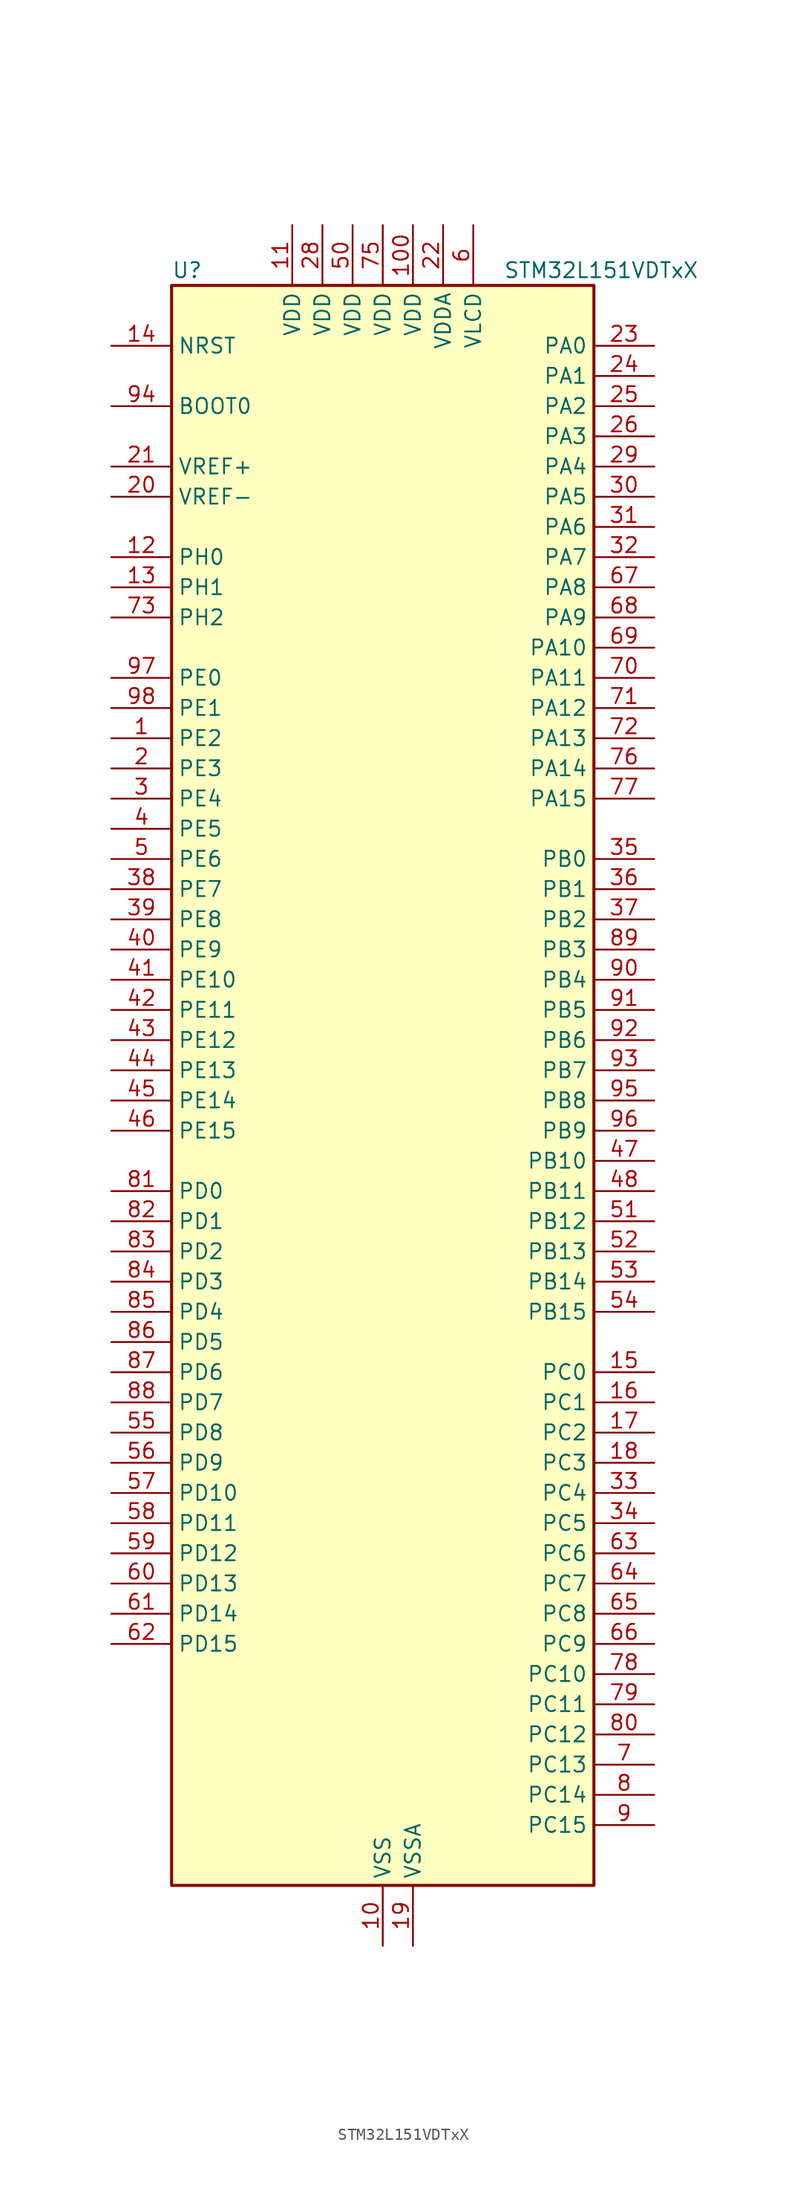
<source format=kicad_sym>
(kicad_symbol_lib
  (version 20241209)
  (generator "kicad_symbol_editor")
  (generator_version "9.0")
  (symbol "STM32L151VDTxX"
    (property "Reference" "U"
      (at -17.78 69.85 0)
      (effects (font (size 1.27 1.27)) (justify left)))
    (property "Value" "STM32L151VDTxX"
      (at 10.16 69.85 0)
      (effects (font (size 1.27 1.27)) (justify left)))
    (symbol "STM32L151VDTxX_0_1"
      (rectangle (start -17.78 -66.04) (end 17.78 68.58) (stroke (width 0.254) (type default)) (fill (type background))))
    (symbol "STM32L151VDTxX_1_1"
      (pin input line (at -22.86 63.5 0) (length 5.08) (name "NRST" (effects (font (size 1.27 1.27)))) (number "14" (effects (font (size 1.27 1.27)))))
      (pin input line (at -22.86 58.42 0) (length 5.08) (name "BOOT0" (effects (font (size 1.27 1.27)))) (number "94" (effects (font (size 1.27 1.27)))))
      (pin input line (at -22.86 53.34 0) (length 5.08) (name "VREF+" (effects (font (size 1.27 1.27)))) (number "21" (effects (font (size 1.27 1.27)))))
      (pin input line (at -22.86 50.8 0) (length 5.08) (name "VREF-" (effects (font (size 1.27 1.27)))) (number "20" (effects (font (size 1.27 1.27)))))
      (pin bidirectional line (at -22.86 45.72 0) (length 5.08) (name "PH0" (effects (font (size 1.27 1.27)))) (number "12" (effects (font (size 1.27 1.27)))) (alternate "RCC_OSC_IN" bidirectional line))
      (pin bidirectional line (at -22.86 43.18 0) (length 5.08) (name "PH1" (effects (font (size 1.27 1.27)))) (number "13" (effects (font (size 1.27 1.27)))) (alternate "RCC_OSC_OUT" bidirectional line))
      (pin bidirectional line (at -22.86 40.64 0) (length 5.08) (name "PH2" (effects (font (size 1.27 1.27)))) (number "73" (effects (font (size 1.27 1.27)))))
      (pin bidirectional line (at -22.86 35.56 0) (length 5.08) (name "PE0" (effects (font (size 1.27 1.27)))) (number "97" (effects (font (size 1.27 1.27)))) (alternate "TIM10_CH1" bidirectional line) (alternate "TIM4_ETR" bidirectional line) (alternate "TIMX_IC1" bidirectional line))
      (pin bidirectional line (at -22.86 33.02 0) (length 5.08) (name "PE1" (effects (font (size 1.27 1.27)))) (number "98" (effects (font (size 1.27 1.27)))) (alternate "TIM11_CH1" bidirectional line) (alternate "TIMX_IC2" bidirectional line))
      (pin bidirectional line (at -22.86 30.48 0) (length 5.08) (name "PE2" (effects (font (size 1.27 1.27)))) (number "1" (effects (font (size 1.27 1.27)))) (alternate "SYS_TRACECK" bidirectional line) (alternate "TIM3_ETR" bidirectional line) (alternate "TIMX_IC3" bidirectional line))
      (pin bidirectional line (at -22.86 27.94 0) (length 5.08) (name "PE3" (effects (font (size 1.27 1.27)))) (number "2" (effects (font (size 1.27 1.27)))) (alternate "SYS_TRACED0" bidirectional line) (alternate "TIM3_CH1" bidirectional line) (alternate "TIMX_IC4" bidirectional line))
      (pin bidirectional line (at -22.86 25.4 0) (length 5.08) (name "PE4" (effects (font (size 1.27 1.27)))) (number "3" (effects (font (size 1.27 1.27)))) (alternate "SYS_TRACED1" bidirectional line) (alternate "TIM3_CH2" bidirectional line) (alternate "TIMX_IC1" bidirectional line))
      (pin bidirectional line (at -22.86 22.86 0) (length 5.08) (name "PE5" (effects (font (size 1.27 1.27)))) (number "4" (effects (font (size 1.27 1.27)))) (alternate "SYS_TRACED2" bidirectional line) (alternate "TIM9_CH1" bidirectional line) (alternate "TIMX_IC2" bidirectional line))
      (pin bidirectional line (at -22.86 20.32 0) (length 5.08) (name "PE6" (effects (font (size 1.27 1.27)))) (number "5" (effects (font (size 1.27 1.27)))) (alternate "RTC_TAMP3" bidirectional line) (alternate "SYS_TRACED3" bidirectional line) (alternate "SYS_WKUP3" bidirectional line) (alternate "TIM9_CH2" bidirectional line) (alternate "TIMX_IC3" bidirectional line))
      (pin bidirectional line (at -22.86 17.78 0) (length 5.08) (name "PE7" (effects (font (size 1.27 1.27)))) (number "38" (effects (font (size 1.27 1.27)))) (alternate "ADC_IN22" bidirectional line) (alternate "COMP1_INP" bidirectional line) (alternate "TIMX_IC4" bidirectional line))
      (pin bidirectional line (at -22.86 15.24 0) (length 5.08) (name "PE8" (effects (font (size 1.27 1.27)))) (number "39" (effects (font (size 1.27 1.27)))) (alternate "ADC_IN23" bidirectional line) (alternate "COMP1_INP" bidirectional line) (alternate "TIMX_IC1" bidirectional line))
      (pin bidirectional line (at -22.86 12.7 0) (length 5.08) (name "PE9" (effects (font (size 1.27 1.27)))) (number "40" (effects (font (size 1.27 1.27)))) (alternate "ADC_IN24" bidirectional line) (alternate "COMP1_INP" bidirectional line) (alternate "DAC_EXTI9" bidirectional line) (alternate "TIM2_CH1" bidirectional line) (alternate "TIM2_ETR" bidirectional line) (alternate "TIMX_IC2" bidirectional line))
      (pin bidirectional line (at -22.86 10.16 0) (length 5.08) (name "PE10" (effects (font (size 1.27 1.27)))) (number "41" (effects (font (size 1.27 1.27)))) (alternate "ADC_IN25" bidirectional line) (alternate "COMP1_INP" bidirectional line) (alternate "TIM2_CH2" bidirectional line) (alternate "TIMX_IC3" bidirectional line))
      (pin bidirectional line (at -22.86 7.62 0) (length 5.08) (name "PE11" (effects (font (size 1.27 1.27)))) (number "42" (effects (font (size 1.27 1.27)))) (alternate "ADC_EXTI11" bidirectional line) (alternate "TIM2_CH3" bidirectional line) (alternate "TIMX_IC4" bidirectional line))
      (pin bidirectional line (at -22.86 5.08 0) (length 5.08) (name "PE12" (effects (font (size 1.27 1.27)))) (number "43" (effects (font (size 1.27 1.27)))) (alternate "SPI1_NSS" bidirectional line) (alternate "TIM2_CH4" bidirectional line) (alternate "TIMX_IC1" bidirectional line))
      (pin bidirectional line (at -22.86 2.54 0) (length 5.08) (name "PE13" (effects (font (size 1.27 1.27)))) (number "44" (effects (font (size 1.27 1.27)))) (alternate "SPI1_SCK" bidirectional line) (alternate "TIMX_IC2" bidirectional line))
      (pin bidirectional line (at -22.86 0 0) (length 5.08) (name "PE14" (effects (font (size 1.27 1.27)))) (number "45" (effects (font (size 1.27 1.27)))) (alternate "SPI1_MISO" bidirectional line) (alternate "TIMX_IC3" bidirectional line))
      (pin bidirectional line (at -22.86 -2.54 0) (length 5.08) (name "PE15" (effects (font (size 1.27 1.27)))) (number "46" (effects (font (size 1.27 1.27)))) (alternate "ADC_EXTI15" bidirectional line) (alternate "SPI1_MOSI" bidirectional line) (alternate "TIMX_IC4" bidirectional line))
      (pin bidirectional line (at -22.86 -7.62 0) (length 5.08) (name "PD0" (effects (font (size 1.27 1.27)))) (number "81" (effects (font (size 1.27 1.27)))) (alternate "I2S2_WS" bidirectional line) (alternate "SPI2_NSS" bidirectional line) (alternate "TIM9_CH1" bidirectional line) (alternate "TIMX_IC1" bidirectional line))
      (pin bidirectional line (at -22.86 -10.16 0) (length 5.08) (name "PD1" (effects (font (size 1.27 1.27)))) (number "82" (effects (font (size 1.27 1.27)))) (alternate "I2S2_CK" bidirectional line) (alternate "SPI2_SCK" bidirectional line) (alternate "TIMX_IC2" bidirectional line))
      (pin bidirectional line (at -22.86 -12.7 0) (length 5.08) (name "PD2" (effects (font (size 1.27 1.27)))) (number "83" (effects (font (size 1.27 1.27)))) (alternate "TIM3_ETR" bidirectional line) (alternate "TIMX_IC3" bidirectional line) (alternate "UART5_RX" bidirectional line))
      (pin bidirectional line (at -22.86 -15.24 0) (length 5.08) (name "PD3" (effects (font (size 1.27 1.27)))) (number "84" (effects (font (size 1.27 1.27)))) (alternate "SPI2_MISO" bidirectional line) (alternate "TIMX_IC4" bidirectional line) (alternate "USART2_CTS" bidirectional line))
      (pin bidirectional line (at -22.86 -17.78 0) (length 5.08) (name "PD4" (effects (font (size 1.27 1.27)))) (number "85" (effects (font (size 1.27 1.27)))) (alternate "I2S2_SD" bidirectional line) (alternate "SPI2_MOSI" bidirectional line) (alternate "TIMX_IC1" bidirectional line) (alternate "USART2_RTS" bidirectional line))
      (pin bidirectional line (at -22.86 -20.32 0) (length 5.08) (name "PD5" (effects (font (size 1.27 1.27)))) (number "86" (effects (font (size 1.27 1.27)))) (alternate "TIMX_IC2" bidirectional line) (alternate "USART2_TX" bidirectional line))
      (pin bidirectional line (at -22.86 -22.86 0) (length 5.08) (name "PD6" (effects (font (size 1.27 1.27)))) (number "87" (effects (font (size 1.27 1.27)))) (alternate "TIMX_IC3" bidirectional line) (alternate "USART2_RX" bidirectional line))
      (pin bidirectional line (at -22.86 -25.4 0) (length 5.08) (name "PD7" (effects (font (size 1.27 1.27)))) (number "88" (effects (font (size 1.27 1.27)))) (alternate "TIM9_CH2" bidirectional line) (alternate "TIMX_IC4" bidirectional line) (alternate "USART2_CK" bidirectional line))
      (pin bidirectional line (at -22.86 -27.94 0) (length 5.08) (name "PD8" (effects (font (size 1.27 1.27)))) (number "55" (effects (font (size 1.27 1.27)))) (alternate "TIMX_IC1" bidirectional line) (alternate "USART3_TX" bidirectional line))
      (pin bidirectional line (at -22.86 -30.48 0) (length 5.08) (name "PD9" (effects (font (size 1.27 1.27)))) (number "56" (effects (font (size 1.27 1.27)))) (alternate "DAC_EXTI9" bidirectional line) (alternate "TIMX_IC2" bidirectional line) (alternate "USART3_RX" bidirectional line))
      (pin bidirectional line (at -22.86 -33.02 0) (length 5.08) (name "PD10" (effects (font (size 1.27 1.27)))) (number "57" (effects (font (size 1.27 1.27)))) (alternate "TIMX_IC3" bidirectional line) (alternate "USART3_CK" bidirectional line))
      (pin bidirectional line (at -22.86 -35.56 0) (length 5.08) (name "PD11" (effects (font (size 1.27 1.27)))) (number "58" (effects (font (size 1.27 1.27)))) (alternate "ADC_EXTI11" bidirectional line) (alternate "TIMX_IC4" bidirectional line) (alternate "USART3_CTS" bidirectional line))
      (pin bidirectional line (at -22.86 -38.1 0) (length 5.08) (name "PD12" (effects (font (size 1.27 1.27)))) (number "59" (effects (font (size 1.27 1.27)))) (alternate "TIM4_CH1" bidirectional line) (alternate "TIMX_IC1" bidirectional line) (alternate "USART3_RTS" bidirectional line))
      (pin bidirectional line (at -22.86 -40.64 0) (length 5.08) (name "PD13" (effects (font (size 1.27 1.27)))) (number "60" (effects (font (size 1.27 1.27)))) (alternate "TIM4_CH2" bidirectional line) (alternate "TIMX_IC2" bidirectional line))
      (pin bidirectional line (at -22.86 -43.18 0) (length 5.08) (name "PD14" (effects (font (size 1.27 1.27)))) (number "61" (effects (font (size 1.27 1.27)))) (alternate "TIM4_CH3" bidirectional line) (alternate "TIMX_IC3" bidirectional line))
      (pin bidirectional line (at -22.86 -45.72 0) (length 5.08) (name "PD15" (effects (font (size 1.27 1.27)))) (number "62" (effects (font (size 1.27 1.27)))) (alternate "ADC_EXTI15" bidirectional line) (alternate "TIM4_CH4" bidirectional line) (alternate "TIMX_IC4" bidirectional line))
      (pin power_in line (at -7.62 73.66 270) (length 5.08) (name "VDD" (effects (font (size 1.27 1.27)))) (number "11" (effects (font (size 1.27 1.27)))))
      (pin power_in line (at -5.08 73.66 270) (length 5.08) (name "VDD" (effects (font (size 1.27 1.27)))) (number "28" (effects (font (size 1.27 1.27)))))
      (pin power_in line (at -2.54 73.66 270) (length 5.08) (name "VDD" (effects (font (size 1.27 1.27)))) (number "50" (effects (font (size 1.27 1.27)))))
      (pin power_in line (at 0 73.66 270) (length 5.08) (name "VDD" (effects (font (size 1.27 1.27)))) (number "75" (effects (font (size 1.27 1.27)))))
      (pin power_in line (at 0 -71.12 90) (length 5.08) (name "VSS" (effects (font (size 1.27 1.27)))) (number "10" (effects (font (size 1.27 1.27)))))
      (pin passive line (at 0 -71.12 90) (length 5.08) (hide yes) (name "VSS" (effects (font (size 1.27 1.27)))) (number "27" (effects (font (size 1.27 1.27)))))
      (pin passive line (at 0 -71.12 90) (length 5.08) (hide yes) (name "VSS" (effects (font (size 1.27 1.27)))) (number "49" (effects (font (size 1.27 1.27)))))
      (pin passive line (at 0 -71.12 90) (length 5.08) (hide yes) (name "VSS" (effects (font (size 1.27 1.27)))) (number "74" (effects (font (size 1.27 1.27)))))
      (pin passive line (at 0 -71.12 90) (length 5.08) (hide yes) (name "VSS" (effects (font (size 1.27 1.27)))) (number "99" (effects (font (size 1.27 1.27)))))
      (pin power_in line (at 2.54 73.66 270) (length 5.08) (name "VDD" (effects (font (size 1.27 1.27)))) (number "100" (effects (font (size 1.27 1.27)))))
      (pin power_in line (at 2.54 -71.12 90) (length 5.08) (name "VSSA" (effects (font (size 1.27 1.27)))) (number "19" (effects (font (size 1.27 1.27)))))
      (pin power_in line (at 5.08 73.66 270) (length 5.08) (name "VDDA" (effects (font (size 1.27 1.27)))) (number "22" (effects (font (size 1.27 1.27)))))
      (pin power_in line (at 7.62 73.66 270) (length 5.08) (name "VLCD" (effects (font (size 1.27 1.27)))) (number "6" (effects (font (size 1.27 1.27)))))
      (pin bidirectional line (at 22.86 63.5 180) (length 5.08) (name "PA0" (effects (font (size 1.27 1.27)))) (number "23" (effects (font (size 1.27 1.27)))) (alternate "ADC_IN0" bidirectional line) (alternate "COMP1_INP" bidirectional line) (alternate "RTC_TAMP2" bidirectional line) (alternate "SYS_WKUP1" bidirectional line) (alternate "TIM2_CH1" bidirectional line) (alternate "TIM2_ETR" bidirectional line) (alternate "TIM5_CH1" bidirectional line) (alternate "TIMX_IC1" bidirectional line) (alternate "TS_G1_IO1" bidirectional line) (alternate "USART2_CTS" bidirectional line))
      (pin bidirectional line (at 22.86 60.96 180) (length 5.08) (name "PA1" (effects (font (size 1.27 1.27)))) (number "24" (effects (font (size 1.27 1.27)))) (alternate "ADC_IN1" bidirectional line) (alternate "COMP1_INP" bidirectional line) (alternate "OPAMP1_VINP" bidirectional line) (alternate "TIM2_CH2" bidirectional line) (alternate "TIM5_CH2" bidirectional line) (alternate "TIMX_IC2" bidirectional line) (alternate "TS_G1_IO2" bidirectional line) (alternate "USART2_RTS" bidirectional line))
      (pin bidirectional line (at 22.86 58.42 180) (length 5.08) (name "PA2" (effects (font (size 1.27 1.27)))) (number "25" (effects (font (size 1.27 1.27)))) (alternate "ADC_IN2" bidirectional line) (alternate "COMP1_INP" bidirectional line) (alternate "OPAMP1_VINM" bidirectional line) (alternate "TIM2_CH3" bidirectional line) (alternate "TIM5_CH3" bidirectional line) (alternate "TIM9_CH1" bidirectional line) (alternate "TIMX_IC3" bidirectional line) (alternate "TS_G1_IO3" bidirectional line) (alternate "USART2_TX" bidirectional line))
      (pin bidirectional line (at 22.86 55.88 180) (length 5.08) (name "PA3" (effects (font (size 1.27 1.27)))) (number "26" (effects (font (size 1.27 1.27)))) (alternate "ADC_IN3" bidirectional line) (alternate "COMP1_INP" bidirectional line) (alternate "OPAMP1_VOUT" bidirectional line) (alternate "TIM2_CH4" bidirectional line) (alternate "TIM5_CH4" bidirectional line) (alternate "TIM9_CH2" bidirectional line) (alternate "TIMX_IC4" bidirectional line) (alternate "TS_G1_IO4" bidirectional line) (alternate "USART2_RX" bidirectional line))
      (pin bidirectional line (at 22.86 53.34 180) (length 5.08) (name "PA4" (effects (font (size 1.27 1.27)))) (number "29" (effects (font (size 1.27 1.27)))) (alternate "ADC_IN4" bidirectional line) (alternate "COMP1_INP" bidirectional line) (alternate "DAC_OUT1" bidirectional line) (alternate "I2S3_WS" bidirectional line) (alternate "SPI1_NSS" bidirectional line) (alternate "SPI3_NSS" bidirectional line) (alternate "TIMX_IC1" bidirectional line) (alternate "USART2_CK" bidirectional line))
      (pin bidirectional line (at 22.86 50.8 180) (length 5.08) (name "PA5" (effects (font (size 1.27 1.27)))) (number "30" (effects (font (size 1.27 1.27)))) (alternate "ADC_IN5" bidirectional line) (alternate "COMP1_INP" bidirectional line) (alternate "DAC_OUT2" bidirectional line) (alternate "SPI1_SCK" bidirectional line) (alternate "TIM2_CH1" bidirectional line) (alternate "TIM2_ETR" bidirectional line) (alternate "TIMX_IC2" bidirectional line))
      (pin bidirectional line (at 22.86 48.26 180) (length 5.08) (name "PA6" (effects (font (size 1.27 1.27)))) (number "31" (effects (font (size 1.27 1.27)))) (alternate "ADC_IN6" bidirectional line) (alternate "COMP1_INP" bidirectional line) (alternate "OPAMP2_VINP" bidirectional line) (alternate "SPI1_MISO" bidirectional line) (alternate "TIM10_CH1" bidirectional line) (alternate "TIM3_CH1" bidirectional line) (alternate "TIMX_IC3" bidirectional line) (alternate "TS_G2_IO1" bidirectional line))
      (pin bidirectional line (at 22.86 45.72 180) (length 5.08) (name "PA7" (effects (font (size 1.27 1.27)))) (number "32" (effects (font (size 1.27 1.27)))) (alternate "ADC_IN7" bidirectional line) (alternate "COMP1_INP" bidirectional line) (alternate "OPAMP2_VINM" bidirectional line) (alternate "SPI1_MOSI" bidirectional line) (alternate "TIM11_CH1" bidirectional line) (alternate "TIM3_CH2" bidirectional line) (alternate "TIMX_IC4" bidirectional line) (alternate "TS_G2_IO2" bidirectional line))
      (pin bidirectional line (at 22.86 43.18 180) (length 5.08) (name "PA8" (effects (font (size 1.27 1.27)))) (number "67" (effects (font (size 1.27 1.27)))) (alternate "RCC_MCO" bidirectional line) (alternate "TIMX_IC1" bidirectional line) (alternate "TS_G4_IO1" bidirectional line) (alternate "USART1_CK" bidirectional line))
      (pin bidirectional line (at 22.86 40.64 180) (length 5.08) (name "PA9" (effects (font (size 1.27 1.27)))) (number "68" (effects (font (size 1.27 1.27)))) (alternate "DAC_EXTI9" bidirectional line) (alternate "TIMX_IC2" bidirectional line) (alternate "TS_G4_IO2" bidirectional line) (alternate "USART1_TX" bidirectional line))
      (pin bidirectional line (at 22.86 38.1 180) (length 5.08) (name "PA10" (effects (font (size 1.27 1.27)))) (number "69" (effects (font (size 1.27 1.27)))) (alternate "TIMX_IC3" bidirectional line) (alternate "TS_G4_IO3" bidirectional line) (alternate "USART1_RX" bidirectional line))
      (pin bidirectional line (at 22.86 35.56 180) (length 5.08) (name "PA11" (effects (font (size 1.27 1.27)))) (number "70" (effects (font (size 1.27 1.27)))) (alternate "ADC_EXTI11" bidirectional line) (alternate "SPI1_MISO" bidirectional line) (alternate "TIMX_IC4" bidirectional line) (alternate "USART1_CTS" bidirectional line) (alternate "USB_DM" bidirectional line))
      (pin bidirectional line (at 22.86 33.02 180) (length 5.08) (name "PA12" (effects (font (size 1.27 1.27)))) (number "71" (effects (font (size 1.27 1.27)))) (alternate "SPI1_MOSI" bidirectional line) (alternate "TIMX_IC1" bidirectional line) (alternate "USART1_RTS" bidirectional line) (alternate "USB_DP" bidirectional line))
      (pin bidirectional line (at 22.86 30.48 180) (length 5.08) (name "PA13" (effects (font (size 1.27 1.27)))) (number "72" (effects (font (size 1.27 1.27)))) (alternate "SYS_JTMS-SWDIO" bidirectional line) (alternate "TIMX_IC2" bidirectional line) (alternate "TS_G5_IO1" bidirectional line))
      (pin bidirectional line (at 22.86 27.94 180) (length 5.08) (name "PA14" (effects (font (size 1.27 1.27)))) (number "76" (effects (font (size 1.27 1.27)))) (alternate "SYS_JTCK-SWCLK" bidirectional line) (alternate "TIMX_IC3" bidirectional line) (alternate "TS_G5_IO2" bidirectional line))
      (pin bidirectional line (at 22.86 25.4 180) (length 5.08) (name "PA15" (effects (font (size 1.27 1.27)))) (number "77" (effects (font (size 1.27 1.27)))) (alternate "ADC_EXTI15" bidirectional line) (alternate "I2S3_WS" bidirectional line) (alternate "SPI1_NSS" bidirectional line) (alternate "SPI3_NSS" bidirectional line) (alternate "SYS_JTDI" bidirectional line) (alternate "TIM2_CH1" bidirectional line) (alternate "TIM2_ETR" bidirectional line) (alternate "TIMX_IC4" bidirectional line) (alternate "TS_G5_IO3" bidirectional line))
      (pin bidirectional line (at 22.86 20.32 180) (length 5.08) (name "PB0" (effects (font (size 1.27 1.27)))) (number "35" (effects (font (size 1.27 1.27)))) (alternate "ADC_IN8" bidirectional line) (alternate "COMP1_INP" bidirectional line) (alternate "OPAMP2_VOUT" bidirectional line) (alternate "SYS_V_REF_OUT" bidirectional line) (alternate "TIM3_CH3" bidirectional line) (alternate "TS_G3_IO1" bidirectional line))
      (pin bidirectional line (at 22.86 17.78 180) (length 5.08) (name "PB1" (effects (font (size 1.27 1.27)))) (number "36" (effects (font (size 1.27 1.27)))) (alternate "ADC_IN9" bidirectional line) (alternate "COMP1_INP" bidirectional line) (alternate "SYS_V_REF_OUT" bidirectional line) (alternate "TIM3_CH4" bidirectional line) (alternate "TS_G3_IO2" bidirectional line))
      (pin bidirectional line (at 22.86 15.24 180) (length 5.08) (name "PB2" (effects (font (size 1.27 1.27)))) (number "37" (effects (font (size 1.27 1.27)))) (alternate "ADC_IN0b" bidirectional line) (alternate "TS_G3_IO3" bidirectional line))
      (pin bidirectional line (at 22.86 12.7 180) (length 5.08) (name "PB3" (effects (font (size 1.27 1.27)))) (number "89" (effects (font (size 1.27 1.27)))) (alternate "COMP2_INM" bidirectional line) (alternate "I2S3_CK" bidirectional line) (alternate "SPI1_SCK" bidirectional line) (alternate "SPI3_SCK" bidirectional line) (alternate "SYS_JTDO-TRACESWO" bidirectional line) (alternate "TIM2_CH2" bidirectional line))
      (pin bidirectional line (at 22.86 10.16 180) (length 5.08) (name "PB4" (effects (font (size 1.27 1.27)))) (number "90" (effects (font (size 1.27 1.27)))) (alternate "COMP2_INP" bidirectional line) (alternate "SPI1_MISO" bidirectional line) (alternate "SPI3_MISO" bidirectional line) (alternate "SYS_JTRST" bidirectional line) (alternate "TIM3_CH1" bidirectional line) (alternate "TS_G6_IO1" bidirectional line))
      (pin bidirectional line (at 22.86 7.62 180) (length 5.08) (name "PB5" (effects (font (size 1.27 1.27)))) (number "91" (effects (font (size 1.27 1.27)))) (alternate "COMP2_INP" bidirectional line) (alternate "I2C1_SMBA" bidirectional line) (alternate "I2S3_SD" bidirectional line) (alternate "SPI1_MOSI" bidirectional line) (alternate "SPI3_MOSI" bidirectional line) (alternate "TIM3_CH2" bidirectional line) (alternate "TS_G6_IO2" bidirectional line))
      (pin bidirectional line (at 22.86 5.08 180) (length 5.08) (name "PB6" (effects (font (size 1.27 1.27)))) (number "92" (effects (font (size 1.27 1.27)))) (alternate "COMP2_INP" bidirectional line) (alternate "I2C1_SCL" bidirectional line) (alternate "TIM4_CH1" bidirectional line) (alternate "TS_G6_IO3" bidirectional line) (alternate "USART1_TX" bidirectional line))
      (pin bidirectional line (at 22.86 2.54 180) (length 5.08) (name "PB7" (effects (font (size 1.27 1.27)))) (number "93" (effects (font (size 1.27 1.27)))) (alternate "COMP2_INP" bidirectional line) (alternate "I2C1_SDA" bidirectional line) (alternate "SYS_PVD_IN" bidirectional line) (alternate "TIM4_CH2" bidirectional line) (alternate "TS_G6_IO4" bidirectional line) (alternate "USART1_RX" bidirectional line))
      (pin bidirectional line (at 22.86 0 180) (length 5.08) (name "PB8" (effects (font (size 1.27 1.27)))) (number "95" (effects (font (size 1.27 1.27)))) (alternate "I2C1_SCL" bidirectional line) (alternate "TIM10_CH1" bidirectional line) (alternate "TIM4_CH3" bidirectional line))
      (pin bidirectional line (at 22.86 -2.54 180) (length 5.08) (name "PB9" (effects (font (size 1.27 1.27)))) (number "96" (effects (font (size 1.27 1.27)))) (alternate "DAC_EXTI9" bidirectional line) (alternate "I2C1_SDA" bidirectional line) (alternate "TIM11_CH1" bidirectional line) (alternate "TIM4_CH4" bidirectional line))
      (pin bidirectional line (at 22.86 -5.08 180) (length 5.08) (name "PB10" (effects (font (size 1.27 1.27)))) (number "47" (effects (font (size 1.27 1.27)))) (alternate "I2C2_SCL" bidirectional line) (alternate "TIM2_CH3" bidirectional line) (alternate "USART3_TX" bidirectional line))
      (pin bidirectional line (at 22.86 -7.62 180) (length 5.08) (name "PB11" (effects (font (size 1.27 1.27)))) (number "48" (effects (font (size 1.27 1.27)))) (alternate "ADC_EXTI11" bidirectional line) (alternate "I2C2_SDA" bidirectional line) (alternate "TIM2_CH4" bidirectional line) (alternate "USART3_RX" bidirectional line))
      (pin bidirectional line (at 22.86 -10.16 180) (length 5.08) (name "PB12" (effects (font (size 1.27 1.27)))) (number "51" (effects (font (size 1.27 1.27)))) (alternate "ADC_IN18" bidirectional line) (alternate "COMP1_INP" bidirectional line) (alternate "I2C2_SMBA" bidirectional line) (alternate "I2S2_WS" bidirectional line) (alternate "SPI2_NSS" bidirectional line) (alternate "TIM10_CH1" bidirectional line) (alternate "TS_G7_IO1" bidirectional line) (alternate "USART3_CK" bidirectional line))
      (pin bidirectional line (at 22.86 -12.7 180) (length 5.08) (name "PB13" (effects (font (size 1.27 1.27)))) (number "52" (effects (font (size 1.27 1.27)))) (alternate "ADC_IN19" bidirectional line) (alternate "COMP1_INP" bidirectional line) (alternate "I2S2_CK" bidirectional line) (alternate "SPI2_SCK" bidirectional line) (alternate "TIM9_CH1" bidirectional line) (alternate "TS_G7_IO2" bidirectional line) (alternate "USART3_CTS" bidirectional line))
      (pin bidirectional line (at 22.86 -15.24 180) (length 5.08) (name "PB14" (effects (font (size 1.27 1.27)))) (number "53" (effects (font (size 1.27 1.27)))) (alternate "ADC_IN20" bidirectional line) (alternate "COMP1_INP" bidirectional line) (alternate "SPI2_MISO" bidirectional line) (alternate "TIM9_CH2" bidirectional line) (alternate "TS_G7_IO3" bidirectional line) (alternate "USART3_RTS" bidirectional line))
      (pin bidirectional line (at 22.86 -17.78 180) (length 5.08) (name "PB15" (effects (font (size 1.27 1.27)))) (number "54" (effects (font (size 1.27 1.27)))) (alternate "ADC_EXTI15" bidirectional line) (alternate "ADC_IN21" bidirectional line) (alternate "COMP1_INP" bidirectional line) (alternate "I2S2_SD" bidirectional line) (alternate "RTC_REFIN" bidirectional line) (alternate "SPI2_MOSI" bidirectional line) (alternate "TIM11_CH1" bidirectional line) (alternate "TS_G7_IO4" bidirectional line))
      (pin bidirectional line (at 22.86 -22.86 180) (length 5.08) (name "PC0" (effects (font (size 1.27 1.27)))) (number "15" (effects (font (size 1.27 1.27)))) (alternate "ADC_IN10" bidirectional line) (alternate "COMP1_INP" bidirectional line) (alternate "TIMX_IC1" bidirectional line) (alternate "TS_G8_IO1" bidirectional line))
      (pin bidirectional line (at 22.86 -25.4 180) (length 5.08) (name "PC1" (effects (font (size 1.27 1.27)))) (number "16" (effects (font (size 1.27 1.27)))) (alternate "ADC_IN11" bidirectional line) (alternate "COMP1_INP" bidirectional line) (alternate "TIMX_IC2" bidirectional line) (alternate "TS_G8_IO2" bidirectional line))
      (pin bidirectional line (at 22.86 -27.94 180) (length 5.08) (name "PC2" (effects (font (size 1.27 1.27)))) (number "17" (effects (font (size 1.27 1.27)))) (alternate "ADC_IN12" bidirectional line) (alternate "COMP1_INP" bidirectional line) (alternate "TIMX_IC3" bidirectional line) (alternate "TS_G8_IO3" bidirectional line))
      (pin bidirectional line (at 22.86 -30.48 180) (length 5.08) (name "PC3" (effects (font (size 1.27 1.27)))) (number "18" (effects (font (size 1.27 1.27)))) (alternate "ADC_IN13" bidirectional line) (alternate "COMP1_INP" bidirectional line) (alternate "TIMX_IC4" bidirectional line) (alternate "TS_G8_IO4" bidirectional line))
      (pin bidirectional line (at 22.86 -33.02 180) (length 5.08) (name "PC4" (effects (font (size 1.27 1.27)))) (number "33" (effects (font (size 1.27 1.27)))) (alternate "ADC_IN14" bidirectional line) (alternate "COMP1_INP" bidirectional line) (alternate "TIMX_IC1" bidirectional line) (alternate "TS_G9_IO1" bidirectional line))
      (pin bidirectional line (at 22.86 -35.56 180) (length 5.08) (name "PC5" (effects (font (size 1.27 1.27)))) (number "34" (effects (font (size 1.27 1.27)))) (alternate "ADC_IN15" bidirectional line) (alternate "COMP1_INP" bidirectional line) (alternate "TIMX_IC2" bidirectional line) (alternate "TS_G9_IO2" bidirectional line))
      (pin bidirectional line (at 22.86 -38.1 180) (length 5.08) (name "PC6" (effects (font (size 1.27 1.27)))) (number "63" (effects (font (size 1.27 1.27)))) (alternate "I2S2_MCK" bidirectional line) (alternate "TIM3_CH1" bidirectional line) (alternate "TIMX_IC3" bidirectional line) (alternate "TS_G10_IO1" bidirectional line))
      (pin bidirectional line (at 22.86 -40.64 180) (length 5.08) (name "PC7" (effects (font (size 1.27 1.27)))) (number "64" (effects (font (size 1.27 1.27)))) (alternate "I2S3_MCK" bidirectional line) (alternate "TIM3_CH2" bidirectional line) (alternate "TIMX_IC4" bidirectional line) (alternate "TS_G10_IO2" bidirectional line))
      (pin bidirectional line (at 22.86 -43.18 180) (length 5.08) (name "PC8" (effects (font (size 1.27 1.27)))) (number "65" (effects (font (size 1.27 1.27)))) (alternate "TIM3_CH3" bidirectional line) (alternate "TIMX_IC1" bidirectional line) (alternate "TS_G10_IO3" bidirectional line))
      (pin bidirectional line (at 22.86 -45.72 180) (length 5.08) (name "PC9" (effects (font (size 1.27 1.27)))) (number "66" (effects (font (size 1.27 1.27)))) (alternate "DAC_EXTI9" bidirectional line) (alternate "TIM3_CH4" bidirectional line) (alternate "TIMX_IC2" bidirectional line) (alternate "TS_G10_IO4" bidirectional line))
      (pin bidirectional line (at 22.86 -48.26 180) (length 5.08) (name "PC10" (effects (font (size 1.27 1.27)))) (number "78" (effects (font (size 1.27 1.27)))) (alternate "I2S3_CK" bidirectional line) (alternate "SPI3_SCK" bidirectional line) (alternate "TIMX_IC3" bidirectional line) (alternate "UART4_TX" bidirectional line) (alternate "USART3_TX" bidirectional line))
      (pin bidirectional line (at 22.86 -50.8 180) (length 5.08) (name "PC11" (effects (font (size 1.27 1.27)))) (number "79" (effects (font (size 1.27 1.27)))) (alternate "ADC_EXTI11" bidirectional line) (alternate "SPI3_MISO" bidirectional line) (alternate "TIMX_IC4" bidirectional line) (alternate "UART4_RX" bidirectional line) (alternate "USART3_RX" bidirectional line))
      (pin bidirectional line (at 22.86 -53.34 180) (length 5.08) (name "PC12" (effects (font (size 1.27 1.27)))) (number "80" (effects (font (size 1.27 1.27)))) (alternate "I2S3_SD" bidirectional line) (alternate "SPI3_MOSI" bidirectional line) (alternate "TIMX_IC1" bidirectional line) (alternate "UART5_TX" bidirectional line) (alternate "USART3_CK" bidirectional line))
      (pin bidirectional line (at 22.86 -55.88 180) (length 5.08) (name "PC13" (effects (font (size 1.27 1.27)))) (number "7" (effects (font (size 1.27 1.27)))) (alternate "RTC_OUT_ALARM" bidirectional line) (alternate "RTC_OUT_CALIB" bidirectional line) (alternate "RTC_TAMP1" bidirectional line) (alternate "RTC_TS" bidirectional line) (alternate "SYS_WKUP2" bidirectional line) (alternate "TIMX_IC2" bidirectional line))
      (pin bidirectional line (at 22.86 -58.42 180) (length 5.08) (name "PC14" (effects (font (size 1.27 1.27)))) (number "8" (effects (font (size 1.27 1.27)))) (alternate "RCC_OSC32_IN" bidirectional line) (alternate "TIMX_IC3" bidirectional line))
      (pin bidirectional line (at 22.86 -60.96 180) (length 5.08) (name "PC15" (effects (font (size 1.27 1.27)))) (number "9" (effects (font (size 1.27 1.27)))) (alternate "ADC_EXTI15" bidirectional line) (alternate "RCC_OSC32_OUT" bidirectional line) (alternate "TIMX_IC4" bidirectional line)))))
</source>
